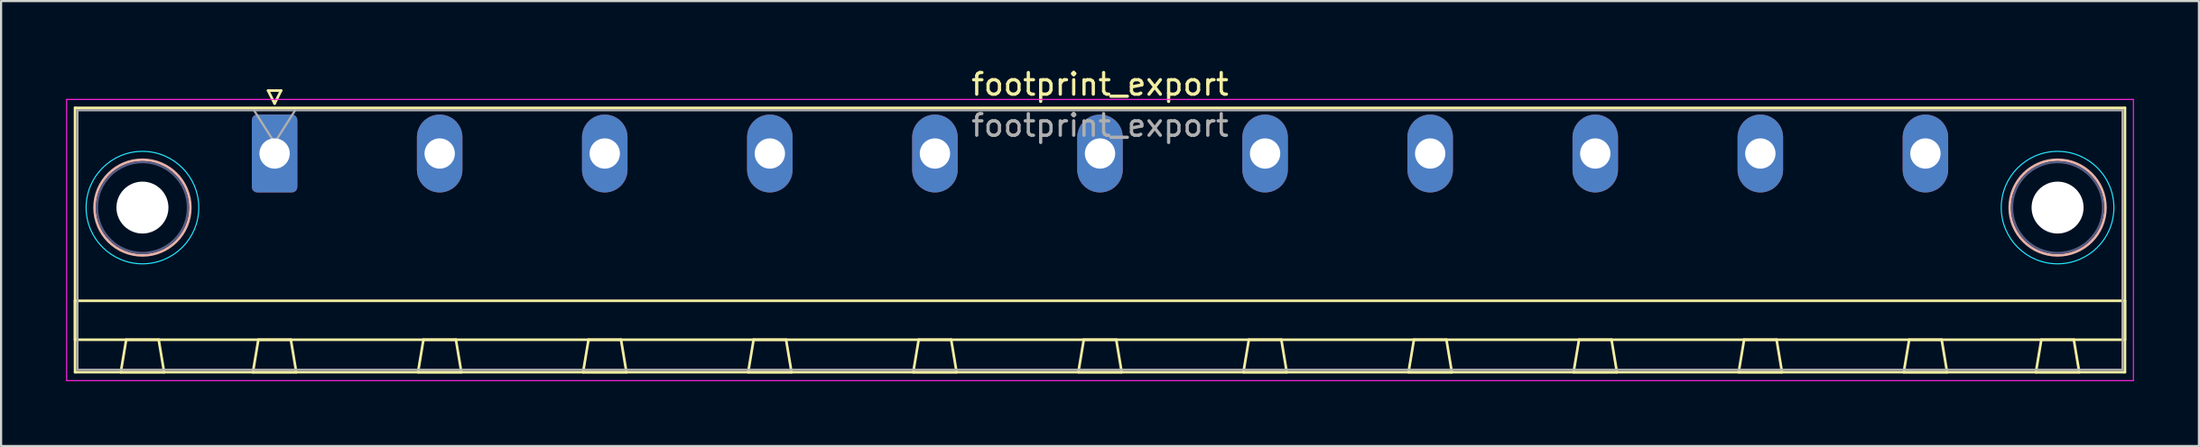
<source format=kicad_pcb>
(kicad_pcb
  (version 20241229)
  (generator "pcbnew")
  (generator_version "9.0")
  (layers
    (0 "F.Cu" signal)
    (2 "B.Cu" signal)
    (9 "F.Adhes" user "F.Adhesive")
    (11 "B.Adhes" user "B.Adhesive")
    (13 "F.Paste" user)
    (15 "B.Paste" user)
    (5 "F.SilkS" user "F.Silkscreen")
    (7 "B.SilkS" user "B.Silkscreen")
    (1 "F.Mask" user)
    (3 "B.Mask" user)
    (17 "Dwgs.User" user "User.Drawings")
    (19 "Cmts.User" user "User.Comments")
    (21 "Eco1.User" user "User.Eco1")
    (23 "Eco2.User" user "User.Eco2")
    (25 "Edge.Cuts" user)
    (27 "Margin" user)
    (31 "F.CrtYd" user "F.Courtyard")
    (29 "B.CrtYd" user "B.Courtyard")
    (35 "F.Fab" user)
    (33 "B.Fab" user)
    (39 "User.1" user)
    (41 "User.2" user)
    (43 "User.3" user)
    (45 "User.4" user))
  (footprint "footprint_export"
    (layer "F.Cu")
    (at 9.625 4.048)
    (property "Reference" "footprint_export" (at 38.1 -3.2 0) (layer "F.SilkS") (effects (font (size 1 1) (thickness 0.15))))
    (attr through_hole)
    (fp_line (start -9.21 -2.11) (end -9.21 10.11) (stroke (width 0.12) (type solid)) (layer "F.SilkS"))
    (fp_line (start -9.21 6.81) (end 85.41 6.81) (stroke (width 0.12) (type solid)) (layer "F.SilkS"))
    (fp_line (start -9.21 8.61) (end -9.21 6.81) (stroke (width 0.12) (type solid)) (layer "F.SilkS"))
    (fp_line (start -9.21 10.11) (end 85.41 10.11) (stroke (width 0.12) (type solid)) (layer "F.SilkS"))
    (fp_line (start -7.1 10.11) (end -5.1 10.11) (stroke (width 0.12) (type solid)) (layer "F.SilkS"))
    (fp_line (start -6.85 8.61) (end -7.1 10.11) (stroke (width 0.12) (type solid)) (layer "F.SilkS"))
    (fp_line (start -5.35 8.61) (end -6.85 8.61) (stroke (width 0.12) (type solid)) (layer "F.SilkS"))
    (fp_line (start -5.1 10.11) (end -5.35 8.61) (stroke (width 0.12) (type solid)) (layer "F.SilkS"))
    (fp_line (start -1 10.11) (end 1 10.11) (stroke (width 0.12) (type solid)) (layer "F.SilkS"))
    (fp_line (start -0.75 8.61) (end -1 10.11) (stroke (width 0.12) (type solid)) (layer "F.SilkS"))
    (fp_line (start -0.3 -2.91) (end 0.3 -2.91) (stroke (width 0.12) (type solid)) (layer "F.SilkS"))
    (fp_line (start 0 -2.31) (end -0.3 -2.91) (stroke (width 0.12) (type solid)) (layer "F.SilkS"))
    (fp_line (start 0.3 -2.91) (end 0 -2.31) (stroke (width 0.12) (type solid)) (layer "F.SilkS"))
    (fp_line (start 0.75 8.61) (end -0.75 8.61) (stroke (width 0.12) (type solid)) (layer "F.SilkS"))
    (fp_line (start 1 10.11) (end 0.75 8.61) (stroke (width 0.12) (type solid)) (layer "F.SilkS"))
    (fp_line (start 6.62 10.11) (end 8.62 10.11) (stroke (width 0.12) (type solid)) (layer "F.SilkS"))
    (fp_line (start 6.87 8.61) (end 6.62 10.11) (stroke (width 0.12) (type solid)) (layer "F.SilkS"))
    (fp_line (start 8.37 8.61) (end 6.87 8.61) (stroke (width 0.12) (type solid)) (layer "F.SilkS"))
    (fp_line (start 8.62 10.11) (end 8.37 8.61) (stroke (width 0.12) (type solid)) (layer "F.SilkS"))
    (fp_line (start 14.24 10.11) (end 16.24 10.11) (stroke (width 0.12) (type solid)) (layer "F.SilkS"))
    (fp_line (start 14.49 8.61) (end 14.24 10.11) (stroke (width 0.12) (type solid)) (layer "F.SilkS"))
    (fp_line (start 15.99 8.61) (end 14.49 8.61) (stroke (width 0.12) (type solid)) (layer "F.SilkS"))
    (fp_line (start 16.24 10.11) (end 15.99 8.61) (stroke (width 0.12) (type solid)) (layer "F.SilkS"))
    (fp_line (start 21.86 10.11) (end 23.86 10.11) (stroke (width 0.12) (type solid)) (layer "F.SilkS"))
    (fp_line (start 22.11 8.61) (end 21.86 10.11) (stroke (width 0.12) (type solid)) (layer "F.SilkS"))
    (fp_line (start 23.61 8.61) (end 22.11 8.61) (stroke (width 0.12) (type solid)) (layer "F.SilkS"))
    (fp_line (start 23.86 10.11) (end 23.61 8.61) (stroke (width 0.12) (type solid)) (layer "F.SilkS"))
    (fp_line (start 29.48 10.11) (end 31.48 10.11) (stroke (width 0.12) (type solid)) (layer "F.SilkS"))
    (fp_line (start 29.73 8.61) (end 29.48 10.11) (stroke (width 0.12) (type solid)) (layer "F.SilkS"))
    (fp_line (start 31.23 8.61) (end 29.73 8.61) (stroke (width 0.12) (type solid)) (layer "F.SilkS"))
    (fp_line (start 31.48 10.11) (end 31.23 8.61) (stroke (width 0.12) (type solid)) (layer "F.SilkS"))
    (fp_line (start 37.1 10.11) (end 39.1 10.11) (stroke (width 0.12) (type solid)) (layer "F.SilkS"))
    (fp_line (start 37.35 8.61) (end 37.1 10.11) (stroke (width 0.12) (type solid)) (layer "F.SilkS"))
    (fp_line (start 38.85 8.61) (end 37.35 8.61) (stroke (width 0.12) (type solid)) (layer "F.SilkS"))
    (fp_line (start 39.1 10.11) (end 38.85 8.61) (stroke (width 0.12) (type solid)) (layer "F.SilkS"))
    (fp_line (start 44.72 10.11) (end 46.72 10.11) (stroke (width 0.12) (type solid)) (layer "F.SilkS"))
    (fp_line (start 44.97 8.61) (end 44.72 10.11) (stroke (width 0.12) (type solid)) (layer "F.SilkS"))
    (fp_line (start 46.47 8.61) (end 44.97 8.61) (stroke (width 0.12) (type solid)) (layer "F.SilkS"))
    (fp_line (start 46.72 10.11) (end 46.47 8.61) (stroke (width 0.12) (type solid)) (layer "F.SilkS"))
    (fp_line (start 52.34 10.11) (end 54.34 10.11) (stroke (width 0.12) (type solid)) (layer "F.SilkS"))
    (fp_line (start 52.59 8.61) (end 52.34 10.11) (stroke (width 0.12) (type solid)) (layer "F.SilkS"))
    (fp_line (start 54.09 8.61) (end 52.59 8.61) (stroke (width 0.12) (type solid)) (layer "F.SilkS"))
    (fp_line (start 54.34 10.11) (end 54.09 8.61) (stroke (width 0.12) (type solid)) (layer "F.SilkS"))
    (fp_line (start 59.96 10.11) (end 61.96 10.11) (stroke (width 0.12) (type solid)) (layer "F.SilkS"))
    (fp_line (start 60.21 8.61) (end 59.96 10.11) (stroke (width 0.12) (type solid)) (layer "F.SilkS"))
    (fp_line (start 61.71 8.61) (end 60.21 8.61) (stroke (width 0.12) (type solid)) (layer "F.SilkS"))
    (fp_line (start 61.96 10.11) (end 61.71 8.61) (stroke (width 0.12) (type solid)) (layer "F.SilkS"))
    (fp_line (start 67.58 10.11) (end 69.58 10.11) (stroke (width 0.12) (type solid)) (layer "F.SilkS"))
    (fp_line (start 67.83 8.61) (end 67.58 10.11) (stroke (width 0.12) (type solid)) (layer "F.SilkS"))
    (fp_line (start 69.33 8.61) (end 67.83 8.61) (stroke (width 0.12) (type solid)) (layer "F.SilkS"))
    (fp_line (start 69.58 10.11) (end 69.33 8.61) (stroke (width 0.12) (type solid)) (layer "F.SilkS"))
    (fp_line (start 75.2 10.11) (end 77.2 10.11) (stroke (width 0.12) (type solid)) (layer "F.SilkS"))
    (fp_line (start 75.45 8.61) (end 75.2 10.11) (stroke (width 0.12) (type solid)) (layer "F.SilkS"))
    (fp_line (start 76.95 8.61) (end 75.45 8.61) (stroke (width 0.12) (type solid)) (layer "F.SilkS"))
    (fp_line (start 77.2 10.11) (end 76.95 8.61) (stroke (width 0.12) (type solid)) (layer "F.SilkS"))
    (fp_line (start 81.3 10.11) (end 83.3 10.11) (stroke (width 0.12) (type solid)) (layer "F.SilkS"))
    (fp_line (start 81.55 8.61) (end 81.3 10.11) (stroke (width 0.12) (type solid)) (layer "F.SilkS"))
    (fp_line (start 83.05 8.61) (end 81.55 8.61) (stroke (width 0.12) (type solid)) (layer "F.SilkS"))
    (fp_line (start 83.3 10.11) (end 83.05 8.61) (stroke (width 0.12) (type solid)) (layer "F.SilkS"))
    (fp_line (start 85.41 -2.11) (end -9.21 -2.11) (stroke (width 0.12) (type solid)) (layer "F.SilkS"))
    (fp_line (start 85.41 6.81) (end 85.41 8.61) (stroke (width 0.12) (type solid)) (layer "F.SilkS"))
    (fp_line (start 85.41 8.61) (end -9.21 8.61) (stroke (width 0.12) (type solid)) (layer "F.SilkS"))
    (fp_line (start 85.41 10.11) (end 85.41 -2.11) (stroke (width 0.12) (type solid)) (layer "F.SilkS"))
    (fp_circle (center -6.1 2.5) (end -3.89 2.5) (stroke (width 0.12) (type solid)) (fill no) (layer "B.SilkS"))
    (fp_circle (center 82.3 2.5) (end 84.51 2.5) (stroke (width 0.12) (type solid)) (fill no) (layer "B.SilkS"))
    (fp_circle (center -6.1 2.5) (end -3.5 2.5) (stroke (width 0.05) (type solid)) (fill no) (layer "B.CrtYd"))
    (fp_circle (center 82.3 2.5) (end 84.9 2.5) (stroke (width 0.05) (type solid)) (fill no) (layer "B.CrtYd"))
    (fp_line (start -9.6 -2.5) (end -9.6 10.5) (stroke (width 0.05) (type solid)) (layer "F.CrtYd"))
    (fp_line (start -9.6 10.5) (end 85.8 10.5) (stroke (width 0.05) (type solid)) (layer "F.CrtYd"))
    (fp_line (start 85.8 -2.5) (end -9.6 -2.5) (stroke (width 0.05) (type solid)) (layer "F.CrtYd"))
    (fp_line (start 85.8 10.5) (end 85.8 -2.5) (stroke (width 0.05) (type solid)) (layer "F.CrtYd"))
    (fp_circle (center -6.1 2.5) (end -4 2.5) (stroke (width 0.1) (type solid)) (fill no) (layer "B.Fab"))
    (fp_circle (center 82.3 2.5) (end 84.4 2.5) (stroke (width 0.1) (type solid)) (fill no) (layer "B.Fab"))
    (fp_line (start -9.1 -2) (end -9.1 10) (stroke (width 0.1) (type solid)) (layer "F.Fab"))
    (fp_line (start -9.1 10) (end 85.3 10) (stroke (width 0.1) (type solid)) (layer "F.Fab"))
    (fp_line (start 0 -0.5) (end -0.95 -2) (stroke (width 0.1) (type solid)) (layer "F.Fab"))
    (fp_line (start 0.95 -2) (end 0 -0.5) (stroke (width 0.1) (type solid)) (layer "F.Fab"))
    (fp_line (start 85.3 -2) (end -9.1 -2) (stroke (width 0.1) (type solid)) (layer "F.Fab"))
    (fp_line (start 85.3 10) (end 85.3 -2) (stroke (width 0.1) (type solid)) (layer "F.Fab"))
    (fp_text user "${REFERENCE}" (at 38.1 -1.3 0) (layer "F.Fab") (effects (font (size 1 1) (thickness 0.15))))
    (pad "" np_thru_hole circle (at -6.1 2.5) (size 2.4 2.4) (drill 2.4) (layers "*.Cu" "*.Mask"))
    (pad "" np_thru_hole circle (at 82.3 2.5) (size 2.4 2.4) (drill 2.4) (layers "*.Cu" "*.Mask"))
    (pad "1" thru_hole roundrect (at 0 0) (size 2.1 3.6) (drill 1.4) (layers "*.Cu" "*.Mask") (roundrect_rratio 0.119))
    (pad "2" thru_hole oval (at 7.62 0) (size 2.1 3.6) (drill 1.4) (layers "*.Cu" "*.Mask"))
    (pad "3" thru_hole oval (at 15.24 0) (size 2.1 3.6) (drill 1.4) (layers "*.Cu" "*.Mask"))
    (pad "4" thru_hole oval (at 22.86 0) (size 2.1 3.6) (drill 1.4) (layers "*.Cu" "*.Mask"))
    (pad "5" thru_hole oval (at 30.48 0) (size 2.1 3.6) (drill 1.4) (layers "*.Cu" "*.Mask"))
    (pad "6" thru_hole oval (at 38.1 0) (size 2.1 3.6) (drill 1.4) (layers "*.Cu" "*.Mask"))
    (pad "7" thru_hole oval (at 45.72 0) (size 2.1 3.6) (drill 1.4) (layers "*.Cu" "*.Mask"))
    (pad "8" thru_hole oval (at 53.34 0) (size 2.1 3.6) (drill 1.4) (layers "*.Cu" "*.Mask"))
    (pad "9" thru_hole oval (at 60.96 0) (size 2.1 3.6) (drill 1.4) (layers "*.Cu" "*.Mask"))
    (pad "10" thru_hole oval (at 68.58 0) (size 2.1 3.6) (drill 1.4) (layers "*.Cu" "*.Mask"))
    (pad "11" thru_hole oval (at 76.2 0) (size 2.1 3.6) (drill 1.4) (layers "*.Cu" "*.Mask")))
  (gr_rect
    (start -3 -3)
    (end 98.45 17.573)
    (stroke (width 0.1) (type default))
    (fill no)
    (layer "Edge.Cuts")))
</source>
